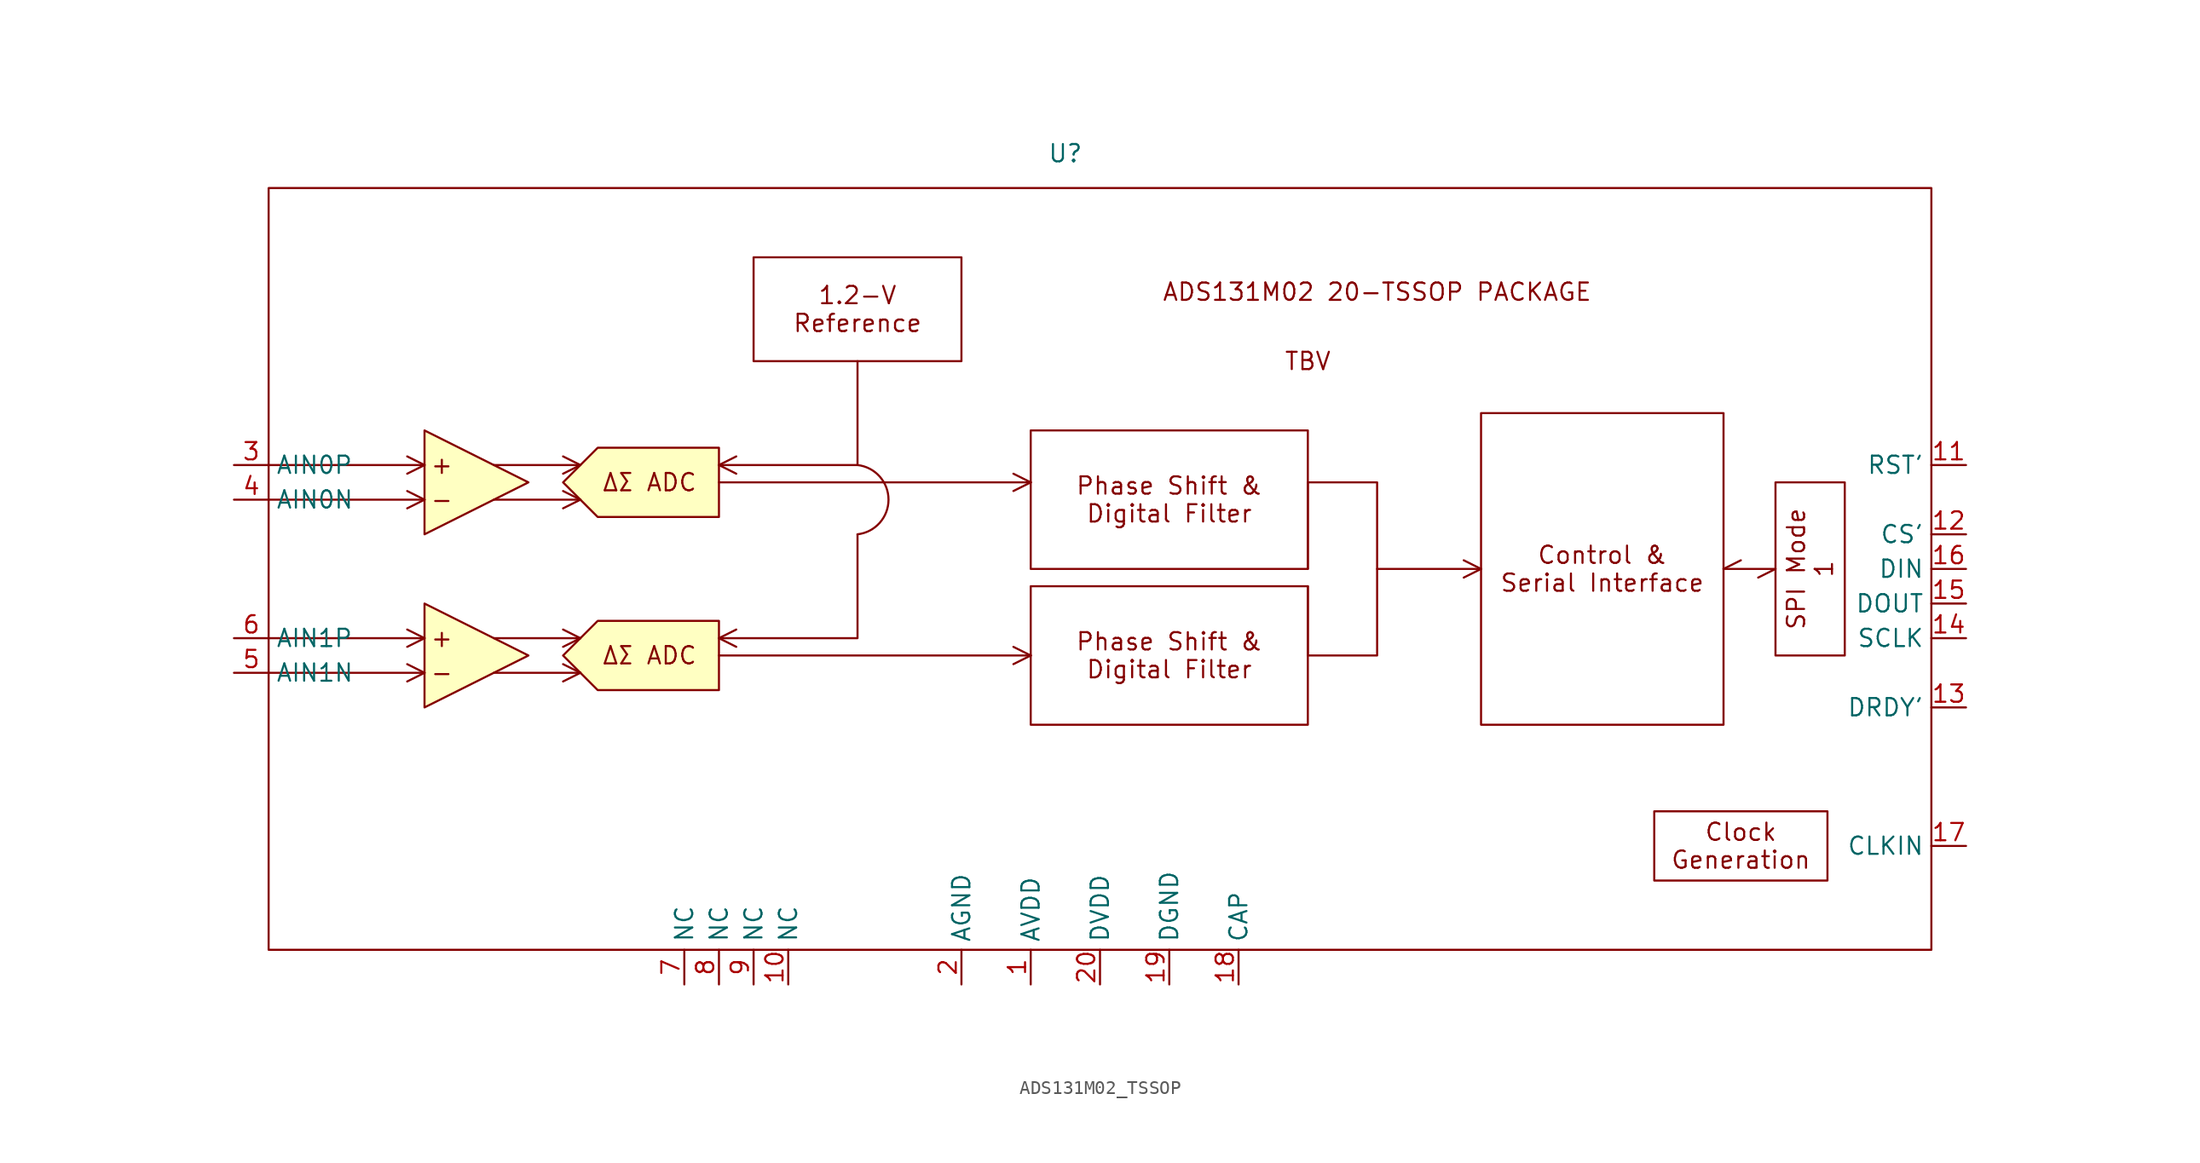
<source format=kicad_sym>
(kicad_symbol_lib
  (version 20220914)
  (generator kicad_symbol_editor)
  (symbol "ADS131M02_TSSOP"
    (property "Reference" "U"
      (at 30.48 30.48 0)
      (effects (font (size 1.27 1.27))))
    (property "Value" ""
      (at 91.44 0 0)
      (effects (font (size 1.27 1.27))))
    (symbol "ADS131M02_TSSOP_1_1"
      (rectangle (start -27.94 27.94) (end 93.98 -27.94) (stroke (width 0) (type default)) (fill (type none)))
      (polyline (pts (xy -27.94 -7.62) (xy -16.51 -7.62)) (stroke (width 0) (type default)) (fill (type none)))
      (polyline (pts (xy -27.94 -5.08) (xy -16.51 -5.08)) (stroke (width 0) (type default)) (fill (type none)))
      (polyline (pts (xy -27.94 5.08) (xy -16.51 5.08)) (stroke (width 0) (type default)) (fill (type none)))
      (polyline (pts (xy -27.94 7.62) (xy -16.51 7.62)) (stroke (width 0) (type default)) (fill (type none)))
      (polyline (pts (xy -16.51 -7.62) (xy -17.78 -8.255)) (stroke (width 0) (type default)) (fill (type color) (color 0 0 0 0)))
      (polyline (pts (xy -16.51 -7.62) (xy -17.78 -6.985)) (stroke (width 0) (type default)) (fill (type color) (color 0 0 0 0)))
      (polyline (pts (xy -16.51 -5.08) (xy -17.78 -5.715)) (stroke (width 0) (type default)) (fill (type color) (color 0 0 0 0)))
      (polyline (pts (xy -16.51 -5.08) (xy -17.78 -4.445)) (stroke (width 0) (type default)) (fill (type color) (color 0 0 0 0)))
      (polyline (pts (xy -16.51 5.08) (xy -17.78 4.445)) (stroke (width 0) (type default)) (fill (type color) (color 0 0 0 0)))
      (polyline (pts (xy -16.51 5.08) (xy -17.78 5.715)) (stroke (width 0) (type default)) (fill (type color) (color 0 0 0 0)))
      (polyline (pts (xy -16.51 7.62) (xy -17.78 6.985)) (stroke (width 0) (type default)) (fill (type color) (color 0 0 0 0)))
      (polyline (pts (xy -16.51 7.62) (xy -17.78 8.255)) (stroke (width 0) (type default)) (fill (type color) (color 0 0 0 0)))
      (polyline (pts (xy -11.43 -7.62) (xy -5.08 -7.62)) (stroke (width 0) (type default)) (fill (type none)))
      (polyline (pts (xy -11.43 -5.08) (xy -5.08 -5.08)) (stroke (width 0) (type default)) (fill (type none)))
      (polyline (pts (xy -11.43 5.08) (xy -5.08 5.08)) (stroke (width 0) (type default)) (fill (type none)))
      (polyline (pts (xy -11.43 7.62) (xy -5.08 7.62)) (stroke (width 0) (type default)) (fill (type none)))
      (polyline (pts (xy -5.08 -7.62) (xy -6.35 -8.255)) (stroke (width 0) (type default)) (fill (type color) (color 0 0 0 0)))
      (polyline (pts (xy -5.08 -7.62) (xy -6.35 -6.985)) (stroke (width 0) (type default)) (fill (type color) (color 0 0 0 0)))
      (polyline (pts (xy -5.08 -5.08) (xy -6.35 -5.715)) (stroke (width 0) (type default)) (fill (type color) (color 0 0 0 0)))
      (polyline (pts (xy -5.08 -5.08) (xy -6.35 -4.445)) (stroke (width 0) (type default)) (fill (type color) (color 0 0 0 0)))
      (polyline (pts (xy -5.08 5.08) (xy -6.35 4.445)) (stroke (width 0) (type default)) (fill (type color) (color 0 0 0 0)))
      (polyline (pts (xy -5.08 5.08) (xy -6.35 5.715)) (stroke (width 0) (type default)) (fill (type color) (color 0 0 0 0)))
      (polyline (pts (xy -5.08 7.62) (xy -6.35 6.985)) (stroke (width 0) (type default)) (fill (type color) (color 0 0 0 0)))
      (polyline (pts (xy -5.08 7.62) (xy -6.35 8.255)) (stroke (width 0) (type default)) (fill (type color) (color 0 0 0 0)))
      (polyline (pts (xy 5.08 -6.35) (xy 27.94 -6.35)) (stroke (width 0) (type default)) (fill (type color) (color 0 0 0 0)))
      (polyline (pts (xy 5.08 -5.08) (xy 6.35 -5.715)) (stroke (width 0) (type default)) (fill (type color) (color 0 0 0 0)))
      (polyline (pts (xy 5.08 -5.08) (xy 6.35 -4.445)) (stroke (width 0) (type default)) (fill (type color) (color 0 0 0 0)))
      (polyline (pts (xy 5.08 6.35) (xy 27.94 6.35)) (stroke (width 0) (type default)) (fill (type color) (color 0 0 0 0)))
      (polyline (pts (xy 5.08 7.62) (xy 6.35 6.985)) (stroke (width 0) (type default)) (fill (type color) (color 0 0 0 0)))
      (polyline (pts (xy 5.08 7.62) (xy 6.35 8.255)) (stroke (width 0) (type default)) (fill (type color) (color 0 0 0 0)))
      (polyline (pts (xy 27.94 -6.35) (xy 26.67 -6.985)) (stroke (width 0) (type default)) (fill (type color) (color 0 0 0 0)))
      (polyline (pts (xy 27.94 -6.35) (xy 26.67 -5.715)) (stroke (width 0) (type default)) (fill (type color) (color 0 0 0 0)))
      (polyline (pts (xy 27.94 6.35) (xy 26.67 5.715)) (stroke (width 0) (type default)) (fill (type color) (color 0 0 0 0)))
      (polyline (pts (xy 27.94 6.35) (xy 26.67 6.985)) (stroke (width 0) (type default)) (fill (type color) (color 0 0 0 0)))
      (polyline (pts (xy 48.26 -1.27) (xy 48.26 -6.35)) (stroke (width 0) (type default)) (fill (type color) (color 0 0 0 0)))
      (polyline (pts (xy 48.26 6.35) (xy 48.26 0)) (stroke (width 0) (type default)) (fill (type color) (color 0 0 0 0)))
      (polyline (pts (xy 53.34 0) (xy 60.96 0)) (stroke (width 0) (type default)) (fill (type color) (color 0 0 0 0)))
      (polyline (pts (xy 60.96 0) (xy 59.69 -0.635)) (stroke (width 0) (type default)) (fill (type color) (color 0 0 0 0)))
      (polyline (pts (xy 60.96 0) (xy 59.69 0.635)) (stroke (width 0) (type default)) (fill (type color) (color 0 0 0 0)))
      (polyline (pts (xy 78.74 0) (xy 80.01 0.635)) (stroke (width 0) (type default)) (fill (type color) (color 0 0 0 0)))
      (polyline (pts (xy 82.55 0) (xy 78.74 0)) (stroke (width 0) (type default)) (fill (type color) (color 0 0 0 0)))
      (polyline (pts (xy 82.55 0) (xy 81.28 -0.635)) (stroke (width 0) (type default)) (fill (type color) (color 0 0 0 0)))
      (polyline (pts (xy 15.24 2.54) (xy 15.24 -5.08) (xy 5.08 -5.08)) (stroke (width 0) (type default)) (fill (type color) (color 0 0 0 0)))
      (polyline (pts (xy 15.24 15.24) (xy 15.24 7.62) (xy 5.08 7.62)) (stroke (width 0) (type default)) (fill (type color) (color 0 0 0 0)))
      (polyline (pts (xy -16.51 -10.16) (xy -8.89 -6.35) (xy -16.51 -2.54) (xy -16.51 -10.16)) (stroke (width 0) (type default)) (fill (type background)))
      (polyline (pts (xy -16.51 2.54) (xy -8.89 6.35) (xy -16.51 10.16) (xy -16.51 2.54)) (stroke (width 0) (type default)) (fill (type background)))
      (polyline (pts (xy 48.26 6.35) (xy 53.34 6.35) (xy 53.34 -6.35) (xy 48.26 -6.35)) (stroke (width 0) (type default)) (fill (type color) (color 0 0 0 0)))
      (polyline (pts (xy -6.35 -6.35) (xy -3.81 -3.81) (xy 5.08 -3.81) (xy 5.08 -8.89) (xy -3.81 -8.89) (xy -6.35 -6.35)) (stroke (width 0) (type default)) (fill (type background)))
      (polyline (pts (xy -6.35 6.35) (xy -3.81 8.89) (xy 5.08 8.89) (xy 5.08 3.81) (xy -3.81 3.81) (xy -6.35 6.35)) (stroke (width 0) (type default)) (fill (type background)))
      (arc (start 15.24 2.54) (mid 17.5127 5.08) (end 15.24 7.62) (stroke (width 0) (type default)) (fill (type color) (color 0 0 0 0)))
      (text "+" (at -15.24 -5.08 0) (effects (font (size 1.27 1.27))))
      (text "+" (at -15.24 7.62 0) (effects (font (size 1.27 1.27))))
      (text "-" (at -15.24 -7.62 0) (effects (font (size 1.27 1.27))))
      (text "-" (at -15.24 5.08 0) (effects (font (size 1.27 1.27))))
      (text "ADS131M02 20-TSSOP PACKAGE" (at 53.34 20.32 0) (effects (font (size 1.27 1.27))))
      (text "TBV" (at 48.26 15.24 0) (effects (font (size 1.27 1.27))))
      (text "ΔΣ ADC" (at 0 -6.35 0) (effects (font (size 1.27 1.27))))
      (text "ΔΣ ADC" (at 0 6.35 0) (effects (font (size 1.27 1.27))))
      (text_box "1.2-V\nReference" (at 7.62 22.86 0) (size 15.24 -7.62) (stroke (width 0) (type default)) (fill (type color) (color 0 0 0 0)) (effects (font (size 1.27 1.27))))
      (text_box "Clock\nGeneration" (at 73.66 -17.78 0) (size 12.7 -5.08) (stroke (width 0) (type default)) (fill (type color) (color 0 0 0 0)) (effects (font (size 1.27 1.27))))
      (text_box "Control &\nSerial Interface" (at 60.96 11.43 0) (size 17.78 -22.86) (stroke (width 0) (type default)) (fill (type color) (color 0 0 0 0)) (effects (font (size 1.27 1.27))))
      (text_box "Phase Shift &\nDigital Filter" (at 27.94 -1.27 0) (size 20.32 -10.16) (stroke (width 0) (type default)) (fill (type color) (color 0 0 0 0)) (effects (font (size 1.27 1.27))))
      (text_box "Phase Shift &\nDigital Filter" (at 27.94 10.16 0) (size 20.32 -10.16) (stroke (width 0) (type default)) (fill (type color) (color 0 0 0 0)) (effects (font (size 1.27 1.27))))
      (text_box "SPI Mode 1" (at 82.55 6.35 90) (size 5.08 -12.7) (stroke (width 0) (type default)) (fill (type color) (color 0 0 0 0)) (effects (font (size 1.27 1.27))))
      (pin input line (at 27.94 -30.48 90) (length 2.54) (name "AVDD" (effects (font (size 1.27 1.27)))) (number "1" (effects (font (size 1.27 1.27)))))
      (pin input line (at 10.16 -30.48 90) (length 2.54) (name "NC" (effects (font (size 1.27 1.27)))) (number "10" (effects (font (size 1.27 1.27)))))
      (pin input line (at 96.52 7.62 180) (length 2.54) (name "RST'" (effects (font (size 1.27 1.27)))) (number "11" (effects (font (size 1.27 1.27)))))
      (pin input line (at 96.52 2.54 180) (length 2.54) (name "CS'" (effects (font (size 1.27 1.27)))) (number "12" (effects (font (size 1.27 1.27)))))
      (pin input line (at 96.52 -10.16 180) (length 2.54) (name "DRDY'" (effects (font (size 1.27 1.27)))) (number "13" (effects (font (size 1.27 1.27)))))
      (pin input line (at 96.52 -5.08 180) (length 2.54) (name "SCLK" (effects (font (size 1.27 1.27)))) (number "14" (effects (font (size 1.27 1.27)))))
      (pin input line (at 96.52 -2.54 180) (length 2.54) (name "DOUT" (effects (font (size 1.27 1.27)))) (number "15" (effects (font (size 1.27 1.27)))))
      (pin input line (at 96.52 0 180) (length 2.54) (name "DIN" (effects (font (size 1.27 1.27)))) (number "16" (effects (font (size 1.27 1.27)))))
      (pin input line (at 96.52 -20.32 180) (length 2.54) (name "CLKIN" (effects (font (size 1.27 1.27)))) (number "17" (effects (font (size 1.27 1.27)))))
      (pin input line (at 43.18 -30.48 90) (length 2.54) (name "CAP" (effects (font (size 1.27 1.27)))) (number "18" (effects (font (size 1.27 1.27)))))
      (pin input line (at 38.1 -30.48 90) (length 2.54) (name "DGND" (effects (font (size 1.27 1.27)))) (number "19" (effects (font (size 1.27 1.27)))))
      (pin input line (at 22.86 -30.48 90) (length 2.54) (name "AGND" (effects (font (size 1.27 1.27)))) (number "2" (effects (font (size 1.27 1.27)))))
      (pin input line (at 33.02 -30.48 90) (length 2.54) (name "DVDD" (effects (font (size 1.27 1.27)))) (number "20" (effects (font (size 1.27 1.27)))))
      (pin input line (at -30.48 7.62 0) (length 2.54) (name "AIN0P" (effects (font (size 1.27 1.27)))) (number "3" (effects (font (size 1.27 1.27)))))
      (pin input line (at -30.48 5.08 0) (length 2.54) (name "AIN0N" (effects (font (size 1.27 1.27)))) (number "4" (effects (font (size 1.27 1.27)))))
      (pin input line (at -30.48 -7.62 0) (length 2.54) (name "AIN1N" (effects (font (size 1.27 1.27)))) (number "5" (effects (font (size 1.27 1.27)))))
      (pin input line (at -30.48 -5.08 0) (length 2.54) (name "AIN1P" (effects (font (size 1.27 1.27)))) (number "6" (effects (font (size 1.27 1.27)))))
      (pin input line (at 2.54 -30.48 90) (length 2.54) (name "NC" (effects (font (size 1.27 1.27)))) (number "7" (effects (font (size 1.27 1.27)))))
      (pin input line (at 5.08 -30.48 90) (length 2.54) (name "NC" (effects (font (size 1.27 1.27)))) (number "8" (effects (font (size 1.27 1.27)))))
      (pin input line (at 7.62 -30.48 90) (length 2.54) (name "NC" (effects (font (size 1.27 1.27)))) (number "9" (effects (font (size 1.27 1.27))))))))
</source>
